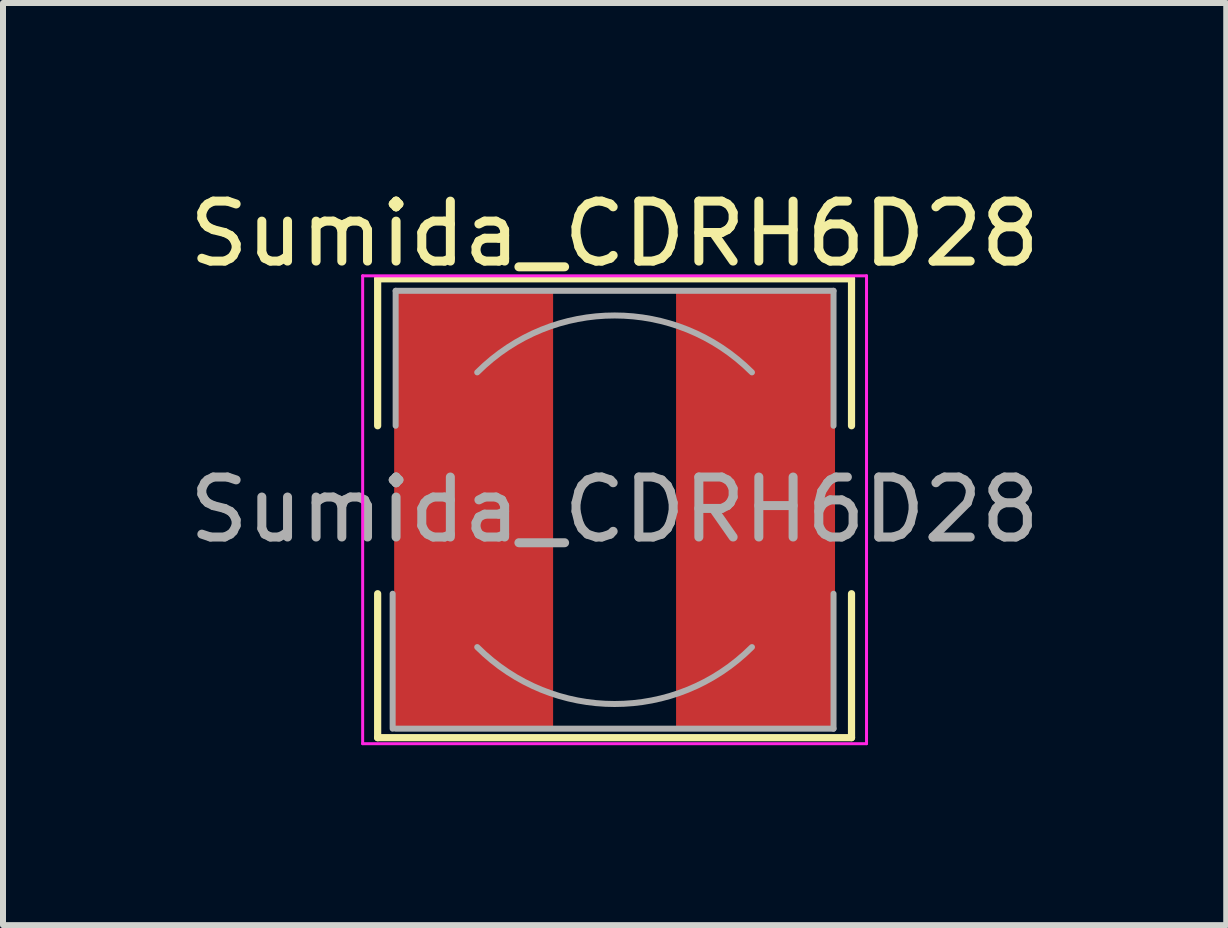
<source format=kicad_pcb>
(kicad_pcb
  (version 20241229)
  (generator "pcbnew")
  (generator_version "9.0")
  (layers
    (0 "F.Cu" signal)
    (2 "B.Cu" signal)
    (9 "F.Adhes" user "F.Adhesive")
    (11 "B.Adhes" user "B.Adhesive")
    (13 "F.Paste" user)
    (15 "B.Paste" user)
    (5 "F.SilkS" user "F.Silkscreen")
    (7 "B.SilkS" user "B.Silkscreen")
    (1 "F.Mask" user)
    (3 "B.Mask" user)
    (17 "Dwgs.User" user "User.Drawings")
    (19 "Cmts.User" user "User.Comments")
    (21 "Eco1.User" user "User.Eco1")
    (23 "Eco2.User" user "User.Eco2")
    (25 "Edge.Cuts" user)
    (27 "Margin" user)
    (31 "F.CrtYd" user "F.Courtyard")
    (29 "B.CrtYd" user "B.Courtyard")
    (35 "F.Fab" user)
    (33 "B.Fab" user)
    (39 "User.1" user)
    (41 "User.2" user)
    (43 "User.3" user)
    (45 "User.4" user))
  (footprint "Sumida_CDRH6D28"
    (layer "F.Cu")
    (at 7.196 5.448)
    (property "Reference" "Sumida_CDRH6D28" (at 0 -4.6 0) (layer "F.SilkS") (effects (font (size 1 1) (thickness 0.15))))
    (attr smd)
    (fp_line (start -3.95 -3.85) (end 3.95 -3.85) (stroke (width 0.12) (type solid)) (layer "F.SilkS"))
    (fp_line (start -3.95 -1.4) (end -3.95 -3.85) (stroke (width 0.12) (type solid)) (layer "F.SilkS"))
    (fp_line (start -3.95 3.8) (end -3.95 1.4) (stroke (width 0.12) (type solid)) (layer "F.SilkS"))
    (fp_line (start 3.95 -3.85) (end 3.95 -1.4) (stroke (width 0.12) (type solid)) (layer "F.SilkS"))
    (fp_line (start 3.95 1.4) (end 3.95 3.8) (stroke (width 0.12) (type solid)) (layer "F.SilkS"))
    (fp_line (start 3.95 3.8) (end -3.95 3.8) (stroke (width 0.12) (type solid)) (layer "F.SilkS"))
    (fp_line (start -4.2 -3.9) (end -4.2 3.9) (stroke (width 0.05) (type solid)) (layer "F.CrtYd"))
    (fp_line (start -4.2 3.9) (end 4.2 3.9) (stroke (width 0.05) (type solid)) (layer "F.CrtYd"))
    (fp_line (start 4.2 -3.9) (end -4.2 -3.9) (stroke (width 0.05) (type solid)) (layer "F.CrtYd"))
    (fp_line (start 4.2 3.9) (end 4.2 -3.9) (stroke (width 0.05) (type solid)) (layer "F.CrtYd"))
    (fp_line (start -3.7 3.65) (end -3.7 1.4) (stroke (width 0.1) (type solid)) (layer "F.Fab"))
    (fp_line (start -3.65 -3.65) (end -3.65 -1.4) (stroke (width 0.1) (type solid)) (layer "F.Fab"))
    (fp_line (start -3.65 -3.65) (end 3.65 -3.65) (stroke (width 0.1) (type solid)) (layer "F.Fab"))
    (fp_line (start 3.65 -3.65) (end 3.65 -1.4) (stroke (width 0.1) (type solid)) (layer "F.Fab"))
    (fp_line (start 3.65 3.65) (end -3.65 3.65) (stroke (width 0.1) (type solid)) (layer "F.Fab"))
    (fp_line (start 3.65 3.65) (end 3.65 1.4) (stroke (width 0.1) (type solid)) (layer "F.Fab"))
    (fp_arc (start -2.29 -2.29) (mid 0 -3.238549) (end 2.29 -2.29) (stroke (width 0.1) (type solid)) (layer "F.Fab"))
    (fp_arc (start 2.29 2.29) (mid 0 3.238549) (end -2.29 2.29) (stroke (width 0.1) (type solid)) (layer "F.Fab"))
    (fp_text user "${REFERENCE}" (at 0 0 0) (layer "F.Fab") (effects (font (size 1 1) (thickness 0.15))))
    (pad "1" smd rect (at -2.35 0) (size 2.65 7.3) (layers "F.Cu" "F.Mask" "F.Paste"))
    (pad "2" smd rect (at 2.35 0) (size 2.65 7.3) (layers "F.Cu" "F.Mask" "F.Paste")))
  (gr_rect
    (start -3 -3)
    (end 17.393 12.373)
    (stroke (width 0.1) (type default))
    (fill no)
    (layer "Edge.Cuts")))
</source>
